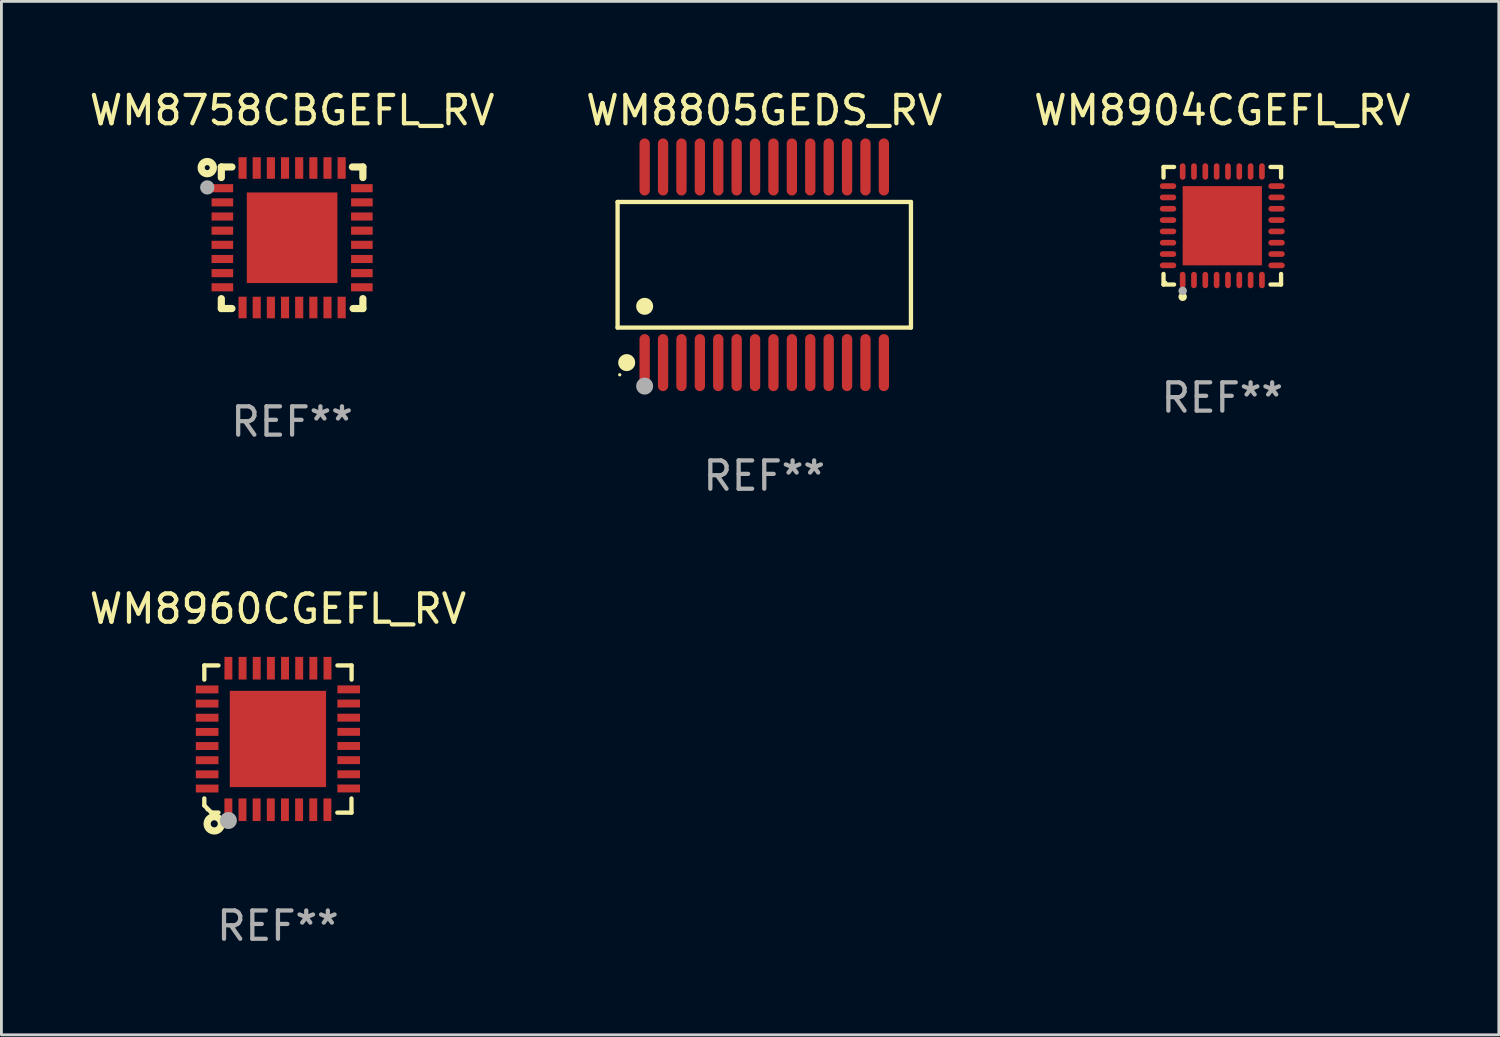
<source format=kicad_pcb>
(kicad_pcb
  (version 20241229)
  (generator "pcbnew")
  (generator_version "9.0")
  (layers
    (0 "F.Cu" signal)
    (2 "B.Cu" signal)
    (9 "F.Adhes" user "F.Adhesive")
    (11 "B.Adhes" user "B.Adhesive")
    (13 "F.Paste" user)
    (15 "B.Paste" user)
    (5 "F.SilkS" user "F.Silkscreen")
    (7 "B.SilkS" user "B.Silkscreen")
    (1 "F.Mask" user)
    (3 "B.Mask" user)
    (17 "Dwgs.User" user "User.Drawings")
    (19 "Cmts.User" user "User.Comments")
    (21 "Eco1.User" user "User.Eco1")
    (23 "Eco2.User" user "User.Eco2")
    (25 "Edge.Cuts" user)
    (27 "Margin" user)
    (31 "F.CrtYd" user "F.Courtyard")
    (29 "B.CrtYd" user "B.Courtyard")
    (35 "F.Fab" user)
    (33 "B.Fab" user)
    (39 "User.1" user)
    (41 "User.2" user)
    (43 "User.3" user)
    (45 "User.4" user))
  (footprint "WM8904CGEFL_RV"
    (layer "F.Cu")
    (at 40.125 4.924)
    (property "Reference" "WM8904CGEFL_RV" (at 0 -4.076 0) (layer "F.SilkS") (effects (font (size 1 1) (thickness 0.15))))
    (attr through_hole)
    (fp_line (start -2.076 -2.076) (end -1.703 -2.076) (stroke (width 0.152) (type solid)) (layer "F.SilkS"))
    (fp_line (start -2.076 -1.703) (end -2.076 -2.076) (stroke (width 0.152) (type solid)) (layer "F.SilkS"))
    (fp_line (start -2.076 1.703) (end -2.076 2.076) (stroke (width 0.152) (type solid)) (layer "F.SilkS"))
    (fp_line (start -2.076 2.076) (end -1.703 2.076) (stroke (width 0.152) (type solid)) (layer "F.SilkS"))
    (fp_line (start 2.076 -2.076) (end 1.703 -2.076) (stroke (width 0.152) (type solid)) (layer "F.SilkS"))
    (fp_line (start 2.076 -1.703) (end 2.076 -2.076) (stroke (width 0.152) (type solid)) (layer "F.SilkS"))
    (fp_line (start 2.076 1.703) (end 2.076 2.076) (stroke (width 0.152) (type solid)) (layer "F.SilkS"))
    (fp_line (start 2.076 2.076) (end 1.703 2.076) (stroke (width 0.152) (type solid)) (layer "F.SilkS"))
    (fp_circle (center -2 2) (end -1.97 2) (stroke (width 0.06) (type solid)) (fill no) (layer "F.SilkS"))
    (fp_circle (center -1.4 2.51) (end -1.325 2.51) (stroke (width 0.15) (type solid)) (fill no) (layer "F.SilkS"))
    (fp_circle (center -1.4 2.3) (end -1.325 2.3) (stroke (width 0.15) (type solid)) (fill no) (layer "F.Fab"))
    (fp_text user "REF**" (at 0 6.076 0) (layer "F.Fab") (effects (font (size 1 1) (thickness 0.15))))
    (pad "1" smd oval (at -1.4 1.917) (size 0.2 0.58) (layers "F.Cu" "F.Mask" "F.Paste"))
    (pad "2" smd oval (at -1 1.917) (size 0.2 0.58) (layers "F.Cu" "F.Mask" "F.Paste"))
    (pad "3" smd oval (at -0.6 1.917) (size 0.2 0.58) (layers "F.Cu" "F.Mask" "F.Paste"))
    (pad "4" smd oval (at -0.2 1.917) (size 0.2 0.58) (layers "F.Cu" "F.Mask" "F.Paste"))
    (pad "5" smd oval (at 0.2 1.917) (size 0.2 0.58) (layers "F.Cu" "F.Mask" "F.Paste"))
    (pad "6" smd oval (at 0.6 1.917) (size 0.2 0.58) (layers "F.Cu" "F.Mask" "F.Paste"))
    (pad "7" smd oval (at 1 1.917) (size 0.2 0.58) (layers "F.Cu" "F.Mask" "F.Paste"))
    (pad "8" smd oval (at 1.4 1.917) (size 0.2 0.58) (layers "F.Cu" "F.Mask" "F.Paste"))
    (pad "9" smd oval (at 1.917 1.4) (size 0.58 0.2) (layers "F.Cu" "F.Mask" "F.Paste"))
    (pad "10" smd oval (at 1.917 1) (size 0.58 0.2) (layers "F.Cu" "F.Mask" "F.Paste"))
    (pad "11" smd oval (at 1.917 0.6) (size 0.58 0.2) (layers "F.Cu" "F.Mask" "F.Paste"))
    (pad "12" smd oval (at 1.917 0.2) (size 0.58 0.2) (layers "F.Cu" "F.Mask" "F.Paste"))
    (pad "13" smd oval (at 1.917 -0.2) (size 0.58 0.2) (layers "F.Cu" "F.Mask" "F.Paste"))
    (pad "14" smd oval (at 1.917 -0.6) (size 0.58 0.2) (layers "F.Cu" "F.Mask" "F.Paste"))
    (pad "15" smd oval (at 1.917 -1) (size 0.58 0.2) (layers "F.Cu" "F.Mask" "F.Paste"))
    (pad "16" smd oval (at 1.917 -1.4) (size 0.58 0.2) (layers "F.Cu" "F.Mask" "F.Paste"))
    (pad "17" smd oval (at 1.4 -1.917) (size 0.2 0.58) (layers "F.Cu" "F.Mask" "F.Paste"))
    (pad "18" smd oval (at 1 -1.917) (size 0.2 0.58) (layers "F.Cu" "F.Mask" "F.Paste"))
    (pad "19" smd oval (at 0.6 -1.917) (size 0.2 0.58) (layers "F.Cu" "F.Mask" "F.Paste"))
    (pad "20" smd oval (at 0.2 -1.917) (size 0.2 0.58) (layers "F.Cu" "F.Mask" "F.Paste"))
    (pad "21" smd oval (at -0.2 -1.917) (size 0.2 0.58) (layers "F.Cu" "F.Mask" "F.Paste"))
    (pad "22" smd oval (at -0.6 -1.917) (size 0.2 0.58) (layers "F.Cu" "F.Mask" "F.Paste"))
    (pad "23" smd oval (at -1 -1.917) (size 0.2 0.58) (layers "F.Cu" "F.Mask" "F.Paste"))
    (pad "24" smd oval (at -1.4 -1.917) (size 0.2 0.58) (layers "F.Cu" "F.Mask" "F.Paste"))
    (pad "25" smd oval (at -1.917 -1.4) (size 0.58 0.2) (layers "F.Cu" "F.Mask" "F.Paste"))
    (pad "26" smd oval (at -1.917 -1) (size 0.58 0.2) (layers "F.Cu" "F.Mask" "F.Paste"))
    (pad "27" smd oval (at -1.917 -0.6) (size 0.58 0.2) (layers "F.Cu" "F.Mask" "F.Paste"))
    (pad "28" smd oval (at -1.917 -0.2) (size 0.58 0.2) (layers "F.Cu" "F.Mask" "F.Paste"))
    (pad "29" smd oval (at -1.917 0.2) (size 0.58 0.2) (layers "F.Cu" "F.Mask" "F.Paste"))
    (pad "30" smd oval (at -1.917 0.6) (size 0.58 0.2) (layers "F.Cu" "F.Mask" "F.Paste"))
    (pad "31" smd oval (at -1.917 1) (size 0.58 0.2) (layers "F.Cu" "F.Mask" "F.Paste"))
    (pad "32" smd oval (at -1.917 1.4) (size 0.58 0.2) (layers "F.Cu" "F.Mask" "F.Paste"))
    (pad "33" smd rect (at 0 0) (size 2.8 2.8) (layers "F.Cu" "F.Mask" "F.Paste")))
  (footprint "WM8805GEDS_RV"
    (layer "F.Cu")
    (at 23.946 6.303)
    (property "Reference" "WM8805GEDS_RV" (at 0 -5.455 0) (layer "F.SilkS") (effects (font (size 1 1) (thickness 0.15))))
    (attr through_hole)
    (fp_line (start -5.181 -2.219) (end 5.181 -2.219) (stroke (width 0.152) (type solid)) (layer "F.SilkS"))
    (fp_line (start -5.181 2.219) (end -5.181 -2.219) (stroke (width 0.152) (type solid)) (layer "F.SilkS"))
    (fp_line (start 5.181 -2.219) (end 5.181 2.219) (stroke (width 0.152) (type solid)) (layer "F.SilkS"))
    (fp_line (start 5.181 2.219) (end -5.181 2.219) (stroke (width 0.152) (type solid)) (layer "F.SilkS"))
    (fp_circle (center -5.105 3.885) (end -5.075 3.885) (stroke (width 0.06) (type solid)) (fill no) (layer "F.SilkS"))
    (fp_circle (center -4.859 3.455) (end -4.709 3.455) (stroke (width 0.3) (type solid)) (fill no) (layer "F.SilkS"))
    (fp_circle (center -4.225 1.467) (end -4.075 1.467) (stroke (width 0.3) (type solid)) (fill no) (layer "F.SilkS"))
    (fp_circle (center -4.225 4.285) (end -4.075 4.285) (stroke (width 0.3) (type solid)) (fill no) (layer "F.Fab"))
    (fp_text user "REF**" (at 0 7.455 0) (layer "F.Fab") (effects (font (size 1 1) (thickness 0.15))))
    (pad "1" smd oval (at -4.225 3.455) (size 0.364 2.015) (layers "F.Cu" "F.Mask" "F.Paste"))
    (pad "2" smd oval (at -3.575 3.455) (size 0.364 2.015) (layers "F.Cu" "F.Mask" "F.Paste"))
    (pad "3" smd oval (at -2.925 3.455) (size 0.364 2.015) (layers "F.Cu" "F.Mask" "F.Paste"))
    (pad "4" smd oval (at -2.275 3.455) (size 0.364 2.015) (layers "F.Cu" "F.Mask" "F.Paste"))
    (pad "5" smd oval (at -1.625 3.455) (size 0.364 2.015) (layers "F.Cu" "F.Mask" "F.Paste"))
    (pad "6" smd oval (at -0.975 3.455) (size 0.364 2.015) (layers "F.Cu" "F.Mask" "F.Paste"))
    (pad "7" smd oval (at -0.325 3.455) (size 0.364 2.015) (layers "F.Cu" "F.Mask" "F.Paste"))
    (pad "8" smd oval (at 0.325 3.455) (size 0.364 2.015) (layers "F.Cu" "F.Mask" "F.Paste"))
    (pad "9" smd oval (at 0.975 3.455) (size 0.364 2.015) (layers "F.Cu" "F.Mask" "F.Paste"))
    (pad "10" smd oval (at 1.625 3.455) (size 0.364 2.015) (layers "F.Cu" "F.Mask" "F.Paste"))
    (pad "11" smd oval (at 2.275 3.455) (size 0.364 2.015) (layers "F.Cu" "F.Mask" "F.Paste"))
    (pad "12" smd oval (at 2.925 3.455) (size 0.364 2.015) (layers "F.Cu" "F.Mask" "F.Paste"))
    (pad "13" smd oval (at 3.575 3.455) (size 0.364 2.015) (layers "F.Cu" "F.Mask" "F.Paste"))
    (pad "14" smd oval (at 4.225 3.455) (size 0.364 2.015) (layers "F.Cu" "F.Mask" "F.Paste"))
    (pad "15" smd oval (at 4.225 -3.455) (size 0.364 2.015) (layers "F.Cu" "F.Mask" "F.Paste"))
    (pad "16" smd oval (at 3.575 -3.455) (size 0.364 2.015) (layers "F.Cu" "F.Mask" "F.Paste"))
    (pad "17" smd oval (at 2.925 -3.455) (size 0.364 2.015) (layers "F.Cu" "F.Mask" "F.Paste"))
    (pad "18" smd oval (at 2.275 -3.455) (size 0.364 2.015) (layers "F.Cu" "F.Mask" "F.Paste"))
    (pad "19" smd oval (at 1.625 -3.455) (size 0.364 2.015) (layers "F.Cu" "F.Mask" "F.Paste"))
    (pad "20" smd oval (at 0.975 -3.455) (size 0.364 2.015) (layers "F.Cu" "F.Mask" "F.Paste"))
    (pad "21" smd oval (at 0.325 -3.455) (size 0.364 2.015) (layers "F.Cu" "F.Mask" "F.Paste"))
    (pad "22" smd oval (at -0.325 -3.455) (size 0.364 2.015) (layers "F.Cu" "F.Mask" "F.Paste"))
    (pad "23" smd oval (at -0.975 -3.455) (size 0.364 2.015) (layers "F.Cu" "F.Mask" "F.Paste"))
    (pad "24" smd oval (at -1.625 -3.455) (size 0.364 2.015) (layers "F.Cu" "F.Mask" "F.Paste"))
    (pad "25" smd oval (at -2.275 -3.455) (size 0.364 2.015) (layers "F.Cu" "F.Mask" "F.Paste"))
    (pad "26" smd oval (at -2.925 -3.455) (size 0.364 2.015) (layers "F.Cu" "F.Mask" "F.Paste"))
    (pad "27" smd oval (at -3.575 -3.455) (size 0.364 2.015) (layers "F.Cu" "F.Mask" "F.Paste"))
    (pad "28" smd oval (at -4.225 -3.455) (size 0.364 2.015) (layers "F.Cu" "F.Mask" "F.Paste")))
  (footprint "WM8960CGEFL_RV"
    (layer "F.Cu")
    (at 6.768 23.055)
    (property "Reference" "WM8960CGEFL_RV" (at 0 -4.6 0) (layer "F.SilkS") (effects (font (size 1 1) (thickness 0.15))))
    (attr through_hole)
    (fp_line (start -2.601 2.097) (end -2.601 2.347) (stroke (width 0.152) (type solid)) (layer "F.SilkS"))
    (fp_line (start -2.601 2.347) (end -2.351 2.597) (stroke (width 0.152) (type solid)) (layer "F.SilkS"))
    (fp_line (start -2.601 -2.6) (end -2.601 -2.1) (stroke (width 0.152) (type solid)) (layer "F.SilkS"))
    (fp_line (start -2.601 -2.6) (end -2.101 -2.6) (stroke (width 0.152) (type solid)) (layer "F.SilkS"))
    (fp_line (start -2.351 2.597) (end -2.101 2.597) (stroke (width 0.152) (type solid)) (layer "F.SilkS"))
    (fp_line (start 2.597 2.6) (end 2.097 2.6) (stroke (width 0.152) (type solid)) (layer "F.SilkS"))
    (fp_line (start 2.597 2.6) (end 2.597 2.1) (stroke (width 0.152) (type solid)) (layer "F.SilkS"))
    (fp_line (start 2.601 -2.6) (end 2.101 -2.6) (stroke (width 0.152) (type solid)) (layer "F.SilkS"))
    (fp_line (start 2.601 -2.6) (end 2.601 -2.1) (stroke (width 0.152) (type solid)) (layer "F.SilkS"))
    (fp_circle (center -2.501 2.497) (end -2.471 2.497) (stroke (width 0.06) (type solid)) (fill no) (layer "F.SilkS"))
    (fp_circle (center -2.25 2.995) (end -2.125 2.995) (stroke (width 0.254) (type solid)) (fill no) (layer "F.SilkS"))
    (fp_circle (center -1.751 2.878) (end -1.601 2.878) (stroke (width 0.3) (type solid)) (fill no) (layer "F.Fab"))
    (fp_text user "REF**" (at 0 6.6 0) (layer "F.Fab") (effects (font (size 1 1) (thickness 0.15))))
    (pad "1" smd rect (at -1.751 2.497) (size 0.28 0.8) (layers "F.Cu" "F.Mask" "F.Paste"))
    (pad "2" smd rect (at -1.253 2.497) (size 0.28 0.8) (layers "F.Cu" "F.Mask" "F.Paste"))
    (pad "3" smd rect (at -0.753 2.497) (size 0.28 0.8) (layers "F.Cu" "F.Mask" "F.Paste"))
    (pad "4" smd rect (at -0.253 2.497) (size 0.28 0.8) (layers "F.Cu" "F.Mask" "F.Paste"))
    (pad "5" smd rect (at 0.247 2.497) (size 0.28 0.8) (layers "F.Cu" "F.Mask" "F.Paste"))
    (pad "6" smd rect (at 0.747 2.497) (size 0.28 0.8) (layers "F.Cu" "F.Mask" "F.Paste"))
    (pad "7" smd rect (at 1.247 2.497) (size 0.28 0.8) (layers "F.Cu" "F.Mask" "F.Paste"))
    (pad "8" smd rect (at 1.747 2.497) (size 0.28 0.8) (layers "F.Cu" "F.Mask" "F.Paste"))
    (pad "9" smd rect (at 2.499 1.746) (size 0.8 0.28) (layers "F.Cu" "F.Mask" "F.Paste"))
    (pad "10" smd rect (at 2.499 1.245) (size 0.8 0.28) (layers "F.Cu" "F.Mask" "F.Paste"))
    (pad "11" smd rect (at 2.499 0.746) (size 0.8 0.28) (layers "F.Cu" "F.Mask" "F.Paste"))
    (pad "12" smd rect (at 2.499 0.245) (size 0.8 0.28) (layers "F.Cu" "F.Mask" "F.Paste"))
    (pad "13" smd rect (at 2.499 -0.254) (size 0.8 0.28) (layers "F.Cu" "F.Mask" "F.Paste"))
    (pad "14" smd rect (at 2.499 -0.755) (size 0.8 0.28) (layers "F.Cu" "F.Mask" "F.Paste"))
    (pad "15" smd rect (at 2.499 -1.254) (size 0.8 0.28) (layers "F.Cu" "F.Mask" "F.Paste"))
    (pad "16" smd rect (at 2.499 -1.755) (size 0.8 0.28) (layers "F.Cu" "F.Mask" "F.Paste"))
    (pad "17" smd rect (at 1.75 -2.502) (size 0.28 0.8) (layers "F.Cu" "F.Mask" "F.Paste"))
    (pad "18" smd rect (at 1.25 -2.502) (size 0.28 0.8) (layers "F.Cu" "F.Mask" "F.Paste"))
    (pad "19" smd rect (at 0.75 -2.502) (size 0.28 0.8) (layers "F.Cu" "F.Mask" "F.Paste"))
    (pad "20" smd rect (at 0.25 -2.502) (size 0.28 0.8) (layers "F.Cu" "F.Mask" "F.Paste"))
    (pad "21" smd rect (at -0.25 -2.502) (size 0.28 0.8) (layers "F.Cu" "F.Mask" "F.Paste"))
    (pad "22" smd rect (at -0.75 -2.502) (size 0.28 0.8) (layers "F.Cu" "F.Mask" "F.Paste"))
    (pad "23" smd rect (at -1.25 -2.502) (size 0.28 0.8) (layers "F.Cu" "F.Mask" "F.Paste"))
    (pad "24" smd rect (at -1.75 -2.502) (size 0.28 0.8) (layers "F.Cu" "F.Mask" "F.Paste"))
    (pad "25" smd rect (at -2.501 -1.753) (size 0.8 0.28) (layers "F.Cu" "F.Mask" "F.Paste"))
    (pad "26" smd rect (at -2.501 -1.252) (size 0.8 0.28) (layers "F.Cu" "F.Mask" "F.Paste"))
    (pad "27" smd rect (at -2.501 -0.753) (size 0.8 0.28) (layers "F.Cu" "F.Mask" "F.Paste"))
    (pad "28" smd rect (at -2.501 -0.252) (size 0.8 0.28) (layers "F.Cu" "F.Mask" "F.Paste"))
    (pad "29" smd rect (at -2.501 0.247) (size 0.8 0.28) (layers "F.Cu" "F.Mask" "F.Paste"))
    (pad "30" smd rect (at -2.501 0.748) (size 0.8 0.28) (layers "F.Cu" "F.Mask" "F.Paste"))
    (pad "31" smd rect (at -2.501 1.247) (size 0.8 0.28) (layers "F.Cu" "F.Mask" "F.Paste"))
    (pad "32" smd rect (at -2.501 1.748) (size 0.8 0.28) (layers "F.Cu" "F.Mask" "F.Paste"))
    (pad "33" smd rect (at -0.001 -0.003 180) (size 3.4 3.4) (layers "F.Cu" "F.Mask" "F.Paste")))
  (footprint "WM8758CBGEFL_RV"
    (layer "F.Cu")
    (at 7.268 5.348)
    (property "Reference" "WM8758CBGEFL_RV" (at 0 -4.5 0) (layer "F.SilkS") (effects (font (size 1 1) (thickness 0.15))))
    (attr through_hole)
    (fp_line (start -2.5 -2.5) (end -2.5 -2.126) (stroke (width 0.254) (type solid)) (layer "F.SilkS"))
    (fp_line (start -2.5 -2.5) (end -2.126 -2.5) (stroke (width 0.254) (type solid)) (layer "F.SilkS"))
    (fp_line (start -2.5 2.151) (end -2.5 2.5) (stroke (width 0.254) (type solid)) (layer "F.SilkS"))
    (fp_line (start -2.126 2.5) (end -2.5 2.5) (stroke (width 0.254) (type solid)) (layer "F.SilkS"))
    (fp_line (start 2.129 -2.5) (end 2.5 -2.5) (stroke (width 0.254) (type solid)) (layer "F.SilkS"))
    (fp_line (start 2.5 -2.5) (end 2.5 -2.126) (stroke (width 0.254) (type solid)) (layer "F.SilkS"))
    (fp_line (start 2.5 2.151) (end 2.5 2.5) (stroke (width 0.254) (type solid)) (layer "F.SilkS"))
    (fp_line (start 2.5 2.5) (end 2.154 2.5) (stroke (width 0.254) (type solid)) (layer "F.SilkS"))
    (fp_circle (center -2.997 -2.477) (end -2.908 -2.477) (stroke (width 0.254) (type solid)) (fill no) (layer "F.SilkS"))
    (fp_circle (center -2.45 -2.45) (end -2.4 -2.45) (stroke (width 0.1) (type solid)) (fill no) (layer "F.SilkS"))
    (fp_circle (center -2.997 -1.778) (end -2.87 -1.778) (stroke (width 0.254) (type solid)) (fill no) (layer "F.Fab"))
    (fp_text user "REF**" (at 0 6.5 0) (layer "F.Fab") (effects (font (size 1 1) (thickness 0.15))))
    (pad "1" smd rect (at -2.464 -1.75) (size 0.762 0.287) (layers "F.Cu" "F.Mask" "F.Paste"))
    (pad "2" smd rect (at -2.464 -1.25) (size 0.762 0.287) (layers "F.Cu" "F.Mask" "F.Paste"))
    (pad "3" smd rect (at -2.464 -0.75) (size 0.762 0.287) (layers "F.Cu" "F.Mask" "F.Paste"))
    (pad "4" smd rect (at -2.464 -0.25) (size 0.762 0.287) (layers "F.Cu" "F.Mask" "F.Paste"))
    (pad "5" smd rect (at -2.464 0.25) (size 0.762 0.287) (layers "F.Cu" "F.Mask" "F.Paste"))
    (pad "6" smd rect (at -2.464 0.75) (size 0.762 0.287) (layers "F.Cu" "F.Mask" "F.Paste"))
    (pad "7" smd rect (at -2.464 1.25) (size 0.762 0.287) (layers "F.Cu" "F.Mask" "F.Paste"))
    (pad "8" smd rect (at -2.464 1.75) (size 0.762 0.287) (layers "F.Cu" "F.Mask" "F.Paste"))
    (pad "9" smd rect (at -1.75 2.464) (size 0.287 0.762) (layers "F.Cu" "F.Mask" "F.Paste"))
    (pad "10" smd rect (at -1.25 2.464) (size 0.287 0.762) (layers "F.Cu" "F.Mask" "F.Paste"))
    (pad "11" smd rect (at -0.75 2.464) (size 0.287 0.762) (layers "F.Cu" "F.Mask" "F.Paste"))
    (pad "12" smd rect (at -0.25 2.464) (size 0.287 0.762) (layers "F.Cu" "F.Mask" "F.Paste"))
    (pad "13" smd rect (at 0.25 2.464) (size 0.287 0.762) (layers "F.Cu" "F.Mask" "F.Paste"))
    (pad "14" smd rect (at 0.75 2.464) (size 0.287 0.762) (layers "F.Cu" "F.Mask" "F.Paste"))
    (pad "15" smd rect (at 1.25 2.464) (size 0.287 0.762) (layers "F.Cu" "F.Mask" "F.Paste"))
    (pad "16" smd rect (at 1.75 2.464) (size 0.287 0.762) (layers "F.Cu" "F.Mask" "F.Paste"))
    (pad "17" smd rect (at 2.464 1.75) (size 0.762 0.287) (layers "F.Cu" "F.Mask" "F.Paste"))
    (pad "18" smd rect (at 2.464 1.25) (size 0.762 0.287) (layers "F.Cu" "F.Mask" "F.Paste"))
    (pad "19" smd rect (at 2.464 0.75) (size 0.762 0.287) (layers "F.Cu" "F.Mask" "F.Paste"))
    (pad "20" smd rect (at 2.464 0.25) (size 0.762 0.287) (layers "F.Cu" "F.Mask" "F.Paste"))
    (pad "21" smd rect (at 2.464 -0.25) (size 0.762 0.287) (layers "F.Cu" "F.Mask" "F.Paste"))
    (pad "22" smd rect (at 2.464 -0.75) (size 0.762 0.287) (layers "F.Cu" "F.Mask" "F.Paste"))
    (pad "23" smd rect (at 2.464 -1.25) (size 0.762 0.287) (layers "F.Cu" "F.Mask" "F.Paste"))
    (pad "24" smd rect (at 2.464 -1.75) (size 0.762 0.287) (layers "F.Cu" "F.Mask" "F.Paste"))
    (pad "25" smd rect (at 1.75 -2.464) (size 0.287 0.762) (layers "F.Cu" "F.Mask" "F.Paste"))
    (pad "26" smd rect (at 1.25 -2.464) (size 0.287 0.762) (layers "F.Cu" "F.Mask" "F.Paste"))
    (pad "27" smd rect (at 0.75 -2.464) (size 0.287 0.762) (layers "F.Cu" "F.Mask" "F.Paste"))
    (pad "28" smd rect (at 0.25 -2.464) (size 0.287 0.762) (layers "F.Cu" "F.Mask" "F.Paste"))
    (pad "29" smd rect (at -0.25 -2.464) (size 0.287 0.762) (layers "F.Cu" "F.Mask" "F.Paste"))
    (pad "30" smd rect (at -0.75 -2.464) (size 0.287 0.762) (layers "F.Cu" "F.Mask" "F.Paste"))
    (pad "31" smd rect (at -1.25 -2.464) (size 0.287 0.762) (layers "F.Cu" "F.Mask" "F.Paste"))
    (pad "32" smd rect (at -1.75 -2.464) (size 0.287 0.762) (layers "F.Cu" "F.Mask" "F.Paste"))
    (pad "33" smd rect (at 0 0) (size 3.2 3.2) (layers "F.Cu" "F.Mask" "F.Paste")))
  (gr_rect
    (start -3 -3)
    (end 49.893 33.503)
    (stroke (width 0.1) (type default))
    (fill no)
    (layer "Edge.Cuts")))
</source>
